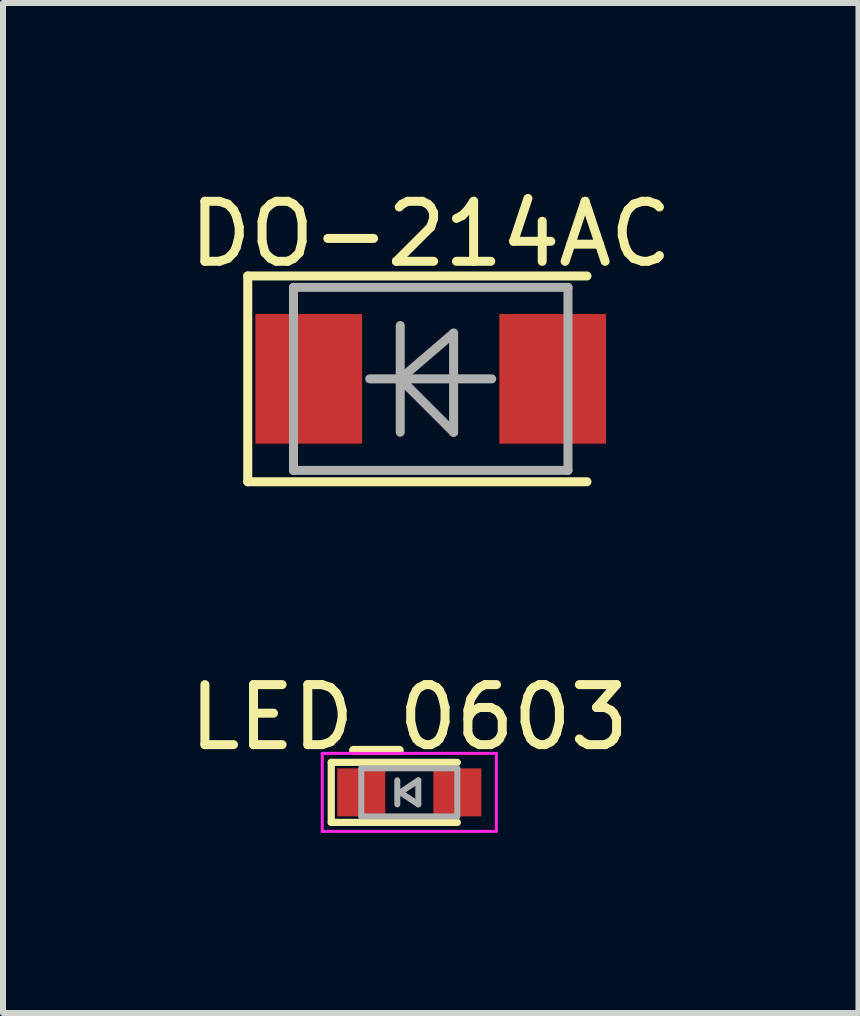
<source format=kicad_pcb>
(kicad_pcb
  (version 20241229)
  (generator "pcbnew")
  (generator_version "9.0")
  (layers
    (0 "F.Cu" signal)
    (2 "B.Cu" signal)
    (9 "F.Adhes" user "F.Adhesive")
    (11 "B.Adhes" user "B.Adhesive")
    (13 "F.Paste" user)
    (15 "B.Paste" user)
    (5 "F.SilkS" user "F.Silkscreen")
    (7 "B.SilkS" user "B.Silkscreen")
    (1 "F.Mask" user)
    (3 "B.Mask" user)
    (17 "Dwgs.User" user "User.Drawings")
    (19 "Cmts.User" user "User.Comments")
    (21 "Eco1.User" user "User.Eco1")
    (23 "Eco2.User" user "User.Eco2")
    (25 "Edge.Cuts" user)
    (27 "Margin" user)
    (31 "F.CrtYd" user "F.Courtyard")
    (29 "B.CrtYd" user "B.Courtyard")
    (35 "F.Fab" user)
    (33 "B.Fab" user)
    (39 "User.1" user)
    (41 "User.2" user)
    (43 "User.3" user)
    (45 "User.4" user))
  (footprint "DO-214AC"
    (layer "F.Cu")
    (at 4.125 3.261)
    (property "Reference" "DO-214AC" (at 0 -2.413 0) (layer "F.SilkS") (effects (font (size 1 1) (thickness 0.15))))
    (attr through_hole)
    (fp_line (start -3.048 -1.714) (end -3.048 1.714) (stroke (width 0.15) (type solid)) (layer "F.SilkS"))
    (fp_line (start -3.048 1.714) (end 2.603 1.714) (stroke (width 0.15) (type solid)) (layer "F.SilkS"))
    (fp_line (start 2.603 -1.714) (end -3.048 -1.714) (stroke (width 0.15) (type solid)) (layer "F.SilkS"))
    (fp_line (start -2.286 -1.524) (end -2.286 1.524) (stroke (width 0.15) (type solid)) (layer "F.Fab"))
    (fp_line (start -2.286 1.524) (end 2.286 1.524) (stroke (width 0.15) (type solid)) (layer "F.Fab"))
    (fp_line (start -1.016 0) (end 1.016 0) (stroke (width 0.15) (type solid)) (layer "F.Fab"))
    (fp_line (start -0.508 -0.889) (end -0.508 0.889) (stroke (width 0.15) (type solid)) (layer "F.Fab"))
    (fp_line (start -0.508 0) (end 0.381 -0.762) (stroke (width 0.15) (type solid)) (layer "F.Fab"))
    (fp_line (start 0.381 -0.762) (end 0.381 0.889) (stroke (width 0.15) (type solid)) (layer "F.Fab"))
    (fp_line (start 0.381 0.889) (end -0.508 0) (stroke (width 0.15) (type solid)) (layer "F.Fab"))
    (fp_line (start 2.286 -1.524) (end -2.286 -1.524) (stroke (width 0.15) (type solid)) (layer "F.Fab"))
    (fp_line (start 2.286 1.524) (end 2.286 -1.524) (stroke (width 0.15) (type solid)) (layer "F.Fab"))
    (pad "1" smd rect (at -2.032 0) (size 1.778 2.159) (layers "F.Cu" "F.Mask" "F.Paste"))
    (pad "2" smd rect (at 2.032 0) (size 1.778 2.159) (layers "F.Cu" "F.Mask" "F.Paste")))
  (footprint "LED_0603"
    (layer "F.Cu")
    (at 3.768 10.149)
    (property "Reference" "LED_0603" (at 0 -1.25 0) (layer "F.SilkS") (effects (font (size 1 1) (thickness 0.15))))
    (attr smd)
    (fp_line (start -1.3 -0.5) (end -1.3 0.5) (stroke (width 0.12) (type solid)) (layer "F.SilkS"))
    (fp_line (start -1.3 -0.5) (end 0.8 -0.5) (stroke (width 0.12) (type solid)) (layer "F.SilkS"))
    (fp_line (start -1.3 0.5) (end 0.8 0.5) (stroke (width 0.12) (type solid)) (layer "F.SilkS"))
    (fp_line (start -1.45 -0.65) (end 1.45 -0.65) (stroke (width 0.05) (type solid)) (layer "F.CrtYd"))
    (fp_line (start -1.45 0.65) (end -1.45 -0.65) (stroke (width 0.05) (type solid)) (layer "F.CrtYd"))
    (fp_line (start 1.45 -0.65) (end 1.45 0.65) (stroke (width 0.05) (type solid)) (layer "F.CrtYd"))
    (fp_line (start 1.45 0.65) (end -1.45 0.65) (stroke (width 0.05) (type solid)) (layer "F.CrtYd"))
    (fp_line (start -0.8 -0.4) (end 0.8 -0.4) (stroke (width 0.1) (type solid)) (layer "F.Fab"))
    (fp_line (start -0.8 0.4) (end -0.8 -0.4) (stroke (width 0.1) (type solid)) (layer "F.Fab"))
    (fp_line (start -0.2 -0.2) (end -0.2 0.2) (stroke (width 0.1) (type solid)) (layer "F.Fab"))
    (fp_line (start -0.15 0) (end 0.15 -0.2) (stroke (width 0.1) (type solid)) (layer "F.Fab"))
    (fp_line (start 0.15 -0.2) (end 0.15 0.2) (stroke (width 0.1) (type solid)) (layer "F.Fab"))
    (fp_line (start 0.15 0.2) (end -0.15 0) (stroke (width 0.1) (type solid)) (layer "F.Fab"))
    (fp_line (start 0.8 -0.4) (end 0.8 0.4) (stroke (width 0.1) (type solid)) (layer "F.Fab"))
    (fp_line (start 0.8 0.4) (end -0.8 0.4) (stroke (width 0.1) (type solid)) (layer "F.Fab"))
    (pad "1" smd rect (at 0.8 0 180) (size 0.8 0.8) (layers "F.Cu" "F.Mask" "F.Paste"))
    (pad "2" smd rect (at -0.8 0 180) (size 0.8 0.8) (layers "F.Cu" "F.Mask" "F.Paste")))
  (gr_rect
    (start -3 -3)
    (end 11.25 13.824)
    (stroke (width 0.1) (type default))
    (fill no)
    (layer "Edge.Cuts")))
</source>
